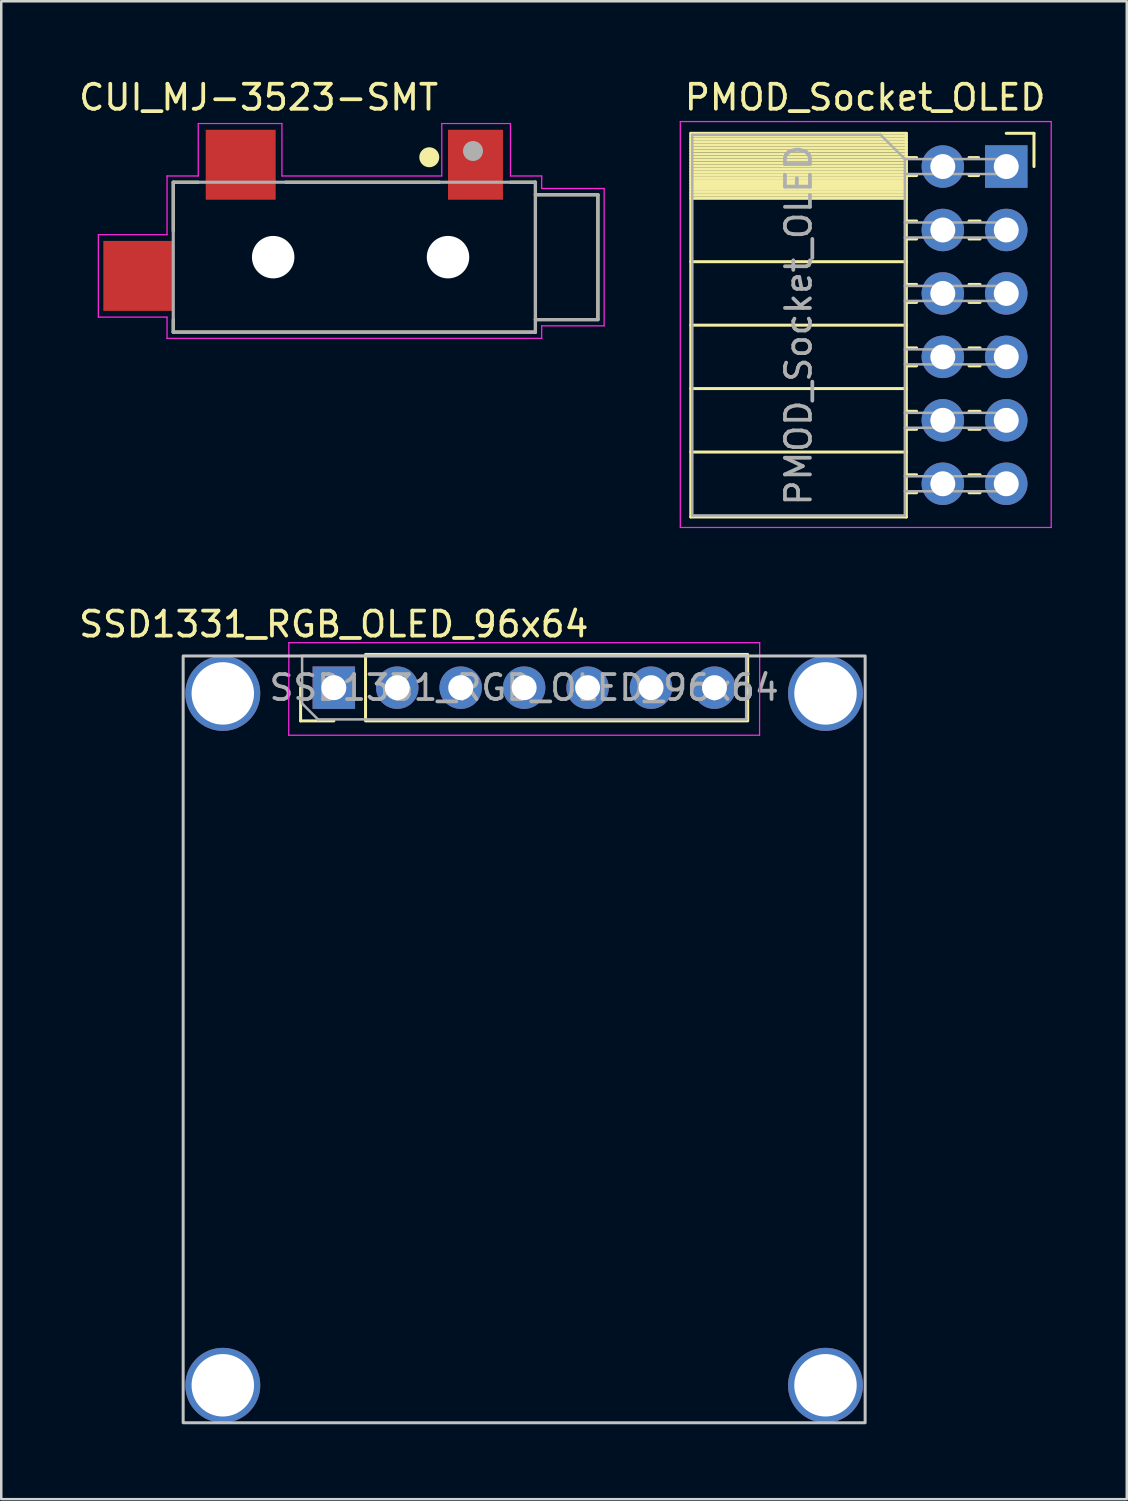
<source format=kicad_pcb>
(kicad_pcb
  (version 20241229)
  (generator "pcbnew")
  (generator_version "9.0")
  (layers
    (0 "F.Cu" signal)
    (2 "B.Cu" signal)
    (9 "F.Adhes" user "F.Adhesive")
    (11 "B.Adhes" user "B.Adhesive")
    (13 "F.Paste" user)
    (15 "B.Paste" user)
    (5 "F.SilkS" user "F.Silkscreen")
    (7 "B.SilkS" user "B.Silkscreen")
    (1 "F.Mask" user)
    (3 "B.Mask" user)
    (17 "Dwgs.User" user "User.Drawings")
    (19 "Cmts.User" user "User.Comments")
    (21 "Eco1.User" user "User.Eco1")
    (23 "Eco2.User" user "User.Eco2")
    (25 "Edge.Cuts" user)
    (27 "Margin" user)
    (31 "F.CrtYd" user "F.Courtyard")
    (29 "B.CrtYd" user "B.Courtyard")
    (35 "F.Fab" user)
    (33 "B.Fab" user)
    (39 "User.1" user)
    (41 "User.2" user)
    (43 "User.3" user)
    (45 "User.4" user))
  (footprint "CUI_MJ-3523-SMT"
    (layer "F.Cu")
    (at 11.137 7.246)
    (property "Reference" "CUI_MJ-3523-SMT" (at -3.832 -6.397 0) (layer "F.SilkS") (effects (font (size 1.002 1.002) (thickness 0.15))))
    (attr through_hole)
    (fp_line (start -7.25 -3) (end -7.25 -1.05) (stroke (width 0.127) (type solid)) (layer "F.SilkS"))
    (fp_line (start -7.25 2.5) (end -7.25 3) (stroke (width 0.127) (type solid)) (layer "F.SilkS"))
    (fp_line (start -7.25 3) (end 7.25 3) (stroke (width 0.127) (type solid)) (layer "F.SilkS"))
    (fp_line (start -6.25 -3) (end -7.25 -3) (stroke (width 0.127) (type solid)) (layer "F.SilkS"))
    (fp_line (start 3.4 -3) (end -2.75 -3) (stroke (width 0.127) (type solid)) (layer "F.SilkS"))
    (fp_line (start 7.25 -3) (end 6.25 -3) (stroke (width 0.127) (type solid)) (layer "F.SilkS"))
    (fp_line (start 7.25 -2.5) (end 7.25 -3) (stroke (width 0.127) (type solid)) (layer "F.SilkS"))
    (fp_line (start 7.25 -2.5) (end 9.75 -2.5) (stroke (width 0.127) (type solid)) (layer "F.SilkS"))
    (fp_line (start 7.25 2.5) (end 7.25 -2.5) (stroke (width 0.127) (type solid)) (layer "F.SilkS"))
    (fp_line (start 7.25 3) (end 7.25 2.5) (stroke (width 0.127) (type solid)) (layer "F.SilkS"))
    (fp_line (start 9.75 -2.5) (end 9.75 2.5) (stroke (width 0.127) (type solid)) (layer "F.SilkS"))
    (fp_line (start 9.75 2.5) (end 7.25 2.5) (stroke (width 0.127) (type solid)) (layer "F.SilkS"))
    (fp_circle (center 3 -4) (end 3.2 -4) (stroke (width 0.4) (type solid)) (fill no) (layer "F.SilkS"))
    (fp_line (start -10.25 -0.9) (end -7.5 -0.9) (stroke (width 0.05) (type solid)) (layer "F.CrtYd"))
    (fp_line (start -10.25 2.4) (end -10.25 -0.9) (stroke (width 0.05) (type solid)) (layer "F.CrtYd"))
    (fp_line (start -7.5 -3.25) (end -6.25 -3.25) (stroke (width 0.05) (type solid)) (layer "F.CrtYd"))
    (fp_line (start -7.5 -0.9) (end -7.5 -3.25) (stroke (width 0.05) (type solid)) (layer "F.CrtYd"))
    (fp_line (start -7.5 2.4) (end -10.25 2.4) (stroke (width 0.05) (type solid)) (layer "F.CrtYd"))
    (fp_line (start -7.5 3.25) (end -7.5 2.4) (stroke (width 0.05) (type solid)) (layer "F.CrtYd"))
    (fp_line (start -6.25 -5.35) (end -2.9 -5.35) (stroke (width 0.05) (type solid)) (layer "F.CrtYd"))
    (fp_line (start -6.25 -3.25) (end -6.25 -5.35) (stroke (width 0.05) (type solid)) (layer "F.CrtYd"))
    (fp_line (start -2.9 -5.35) (end -2.9 -3.25) (stroke (width 0.05) (type solid)) (layer "F.CrtYd"))
    (fp_line (start -2.9 -3.25) (end 3.5 -3.25) (stroke (width 0.05) (type solid)) (layer "F.CrtYd"))
    (fp_line (start 3.5 -5.35) (end 6.25 -5.35) (stroke (width 0.05) (type solid)) (layer "F.CrtYd"))
    (fp_line (start 3.5 -3.25) (end 3.5 -5.35) (stroke (width 0.05) (type solid)) (layer "F.CrtYd"))
    (fp_line (start 6.25 -5.35) (end 6.25 -3.25) (stroke (width 0.05) (type solid)) (layer "F.CrtYd"))
    (fp_line (start 6.25 -3.25) (end 7.5 -3.25) (stroke (width 0.05) (type solid)) (layer "F.CrtYd"))
    (fp_line (start 7.5 -3.25) (end 7.5 -2.75) (stroke (width 0.05) (type solid)) (layer "F.CrtYd"))
    (fp_line (start 7.5 -2.75) (end 10 -2.75) (stroke (width 0.05) (type solid)) (layer "F.CrtYd"))
    (fp_line (start 7.5 2.75) (end 7.5 3.25) (stroke (width 0.05) (type solid)) (layer "F.CrtYd"))
    (fp_line (start 7.5 3.25) (end -7.5 3.25) (stroke (width 0.05) (type solid)) (layer "F.CrtYd"))
    (fp_line (start 10 -2.75) (end 10 2.75) (stroke (width 0.05) (type solid)) (layer "F.CrtYd"))
    (fp_line (start 10 2.75) (end 7.5 2.75) (stroke (width 0.05) (type solid)) (layer "F.CrtYd"))
    (fp_line (start -7.25 -3) (end 7.25 -3) (stroke (width 0.127) (type solid)) (layer "F.Fab"))
    (fp_line (start -7.25 3) (end -7.25 -3) (stroke (width 0.127) (type solid)) (layer "F.Fab"))
    (fp_line (start 7.25 -3) (end 7.25 -2.5) (stroke (width 0.127) (type solid)) (layer "F.Fab"))
    (fp_line (start 7.25 -2.5) (end 7.25 2.5) (stroke (width 0.127) (type solid)) (layer "F.Fab"))
    (fp_line (start 7.25 -2.5) (end 9.75 -2.5) (stroke (width 0.127) (type solid)) (layer "F.Fab"))
    (fp_line (start 7.25 2.5) (end 7.25 3) (stroke (width 0.127) (type solid)) (layer "F.Fab"))
    (fp_line (start 7.25 3) (end -7.25 3) (stroke (width 0.127) (type solid)) (layer "F.Fab"))
    (fp_line (start 9.75 -2.5) (end 9.75 2.5) (stroke (width 0.127) (type solid)) (layer "F.Fab"))
    (fp_line (start 9.75 2.5) (end 7.25 2.5) (stroke (width 0.127) (type solid)) (layer "F.Fab"))
    (fp_circle (center 4.75 -4.25) (end 4.95 -4.25) (stroke (width 0.4) (type solid)) (fill no) (layer "F.Fab"))
    (pad "" np_thru_hole circle (at -3.25 0) (size 1.7 1.7) (drill 1.7) (layers "*.Cu" "*.Mask"))
    (pad "" np_thru_hole circle (at 3.75 0) (size 1.7 1.7) (drill 1.7) (layers "*.Cu" "*.Mask"))
    (pad "1" smd rect (at 4.85 -3.7 90) (size 2.8 2.2) (layers "F.Cu" "F.Mask" "F.Paste"))
    (pad "2" smd rect (at -4.55 -3.7 90) (size 2.8 2.8) (layers "F.Cu" "F.Mask" "F.Paste"))
    (pad "10" smd rect (at -8.65 0.75 90) (size 2.8 2.8) (layers "F.Cu" "F.Mask" "F.Paste")))
  (footprint "SSD1331_RGB_OLED_96x64"
    (layer "F.Cu")
    (at 17.935 24.482)
    (property "Reference" "SSD1331_RGB_OLED_96x64" (at -7.62 -2.54 180) (layer "F.SilkS") (effects (font (size 1 1) (thickness 0.15))))
    (attr through_hole)
    (fp_line (start -8.95 1.33) (end -8.95 0) (stroke (width 0.12) (type solid)) (layer "F.SilkS"))
    (fp_line (start -7.62 1.33) (end -8.95 1.33) (stroke (width 0.12) (type solid)) (layer "F.SilkS"))
    (fp_rect (start -6.35 -1.33) (end 8.95 1.33) (stroke (width 0.12) (type solid)) (fill no) (layer "F.SilkS"))
    (fp_rect (start -13.652 -1.27) (end 13.652 29.43) (stroke (width 0.12) (type solid)) (fill no) (layer "Dwgs.User"))
    (fp_line (start -9.425 1.905) (end 9.425 1.905) (stroke (width 0.05) (type solid)) (layer "F.CrtYd"))
    (fp_line (start -9.42 -1.8) (end -9.425 1.905) (stroke (width 0.05) (type solid)) (layer "F.CrtYd"))
    (fp_line (start 9.425 1.905) (end 9.43 -1.8) (stroke (width 0.05) (type solid)) (layer "F.CrtYd"))
    (fp_line (start 9.43 -1.8) (end -9.42 -1.8) (stroke (width 0.05) (type solid)) (layer "F.CrtYd"))
    (fp_line (start -8.89 -1.27) (end 8.89 -1.27) (stroke (width 0.1) (type solid)) (layer "F.Fab"))
    (fp_line (start -8.89 0.635) (end -8.89 -1.27) (stroke (width 0.1) (type solid)) (layer "F.Fab"))
    (fp_line (start -8.255 1.27) (end -8.89 0.635) (stroke (width 0.1) (type solid)) (layer "F.Fab"))
    (fp_line (start 8.89 -1.27) (end 8.89 1.27) (stroke (width 0.1) (type solid)) (layer "F.Fab"))
    (fp_line (start 8.89 1.27) (end -8.255 1.27) (stroke (width 0.1) (type solid)) (layer "F.Fab"))
    (fp_text user "${REFERENCE}" (at 0 0 180) (layer "F.Fab") (effects (font (size 1 1) (thickness 0.15))))
    (pad "" np_thru_hole circle (at -12.065 0.23) (size 3 3) (drill 2.5) (layers "*.Cu" "*.Mask"))
    (pad "" np_thru_hole circle (at -12.065 27.93) (size 3 3) (drill 2.5) (layers "*.Cu" "*.Mask"))
    (pad "" np_thru_hole circle (at 12.065 0.23) (size 3 3) (drill 2.5) (layers "*.Cu" "*.Mask"))
    (pad "" np_thru_hole circle (at 12.065 27.93) (size 3 3) (drill 2.5) (layers "*.Cu" "*.Mask"))
    (pad "1" thru_hole rect (at -7.62 0 90) (size 1.7 1.7) (drill 1) (layers "*.Cu" "*.Mask"))
    (pad "2" thru_hole oval (at -5.08 0 90) (size 1.7 1.7) (drill 1) (layers "*.Cu" "*.Mask"))
    (pad "3" thru_hole oval (at -2.54 0 90) (size 1.7 1.7) (drill 1) (layers "*.Cu" "*.Mask"))
    (pad "4" thru_hole oval (at 0 0 90) (size 1.7 1.7) (drill 1) (layers "*.Cu" "*.Mask"))
    (pad "5" thru_hole oval (at 2.54 0 90) (size 1.7 1.7) (drill 1) (layers "*.Cu" "*.Mask"))
    (pad "6" thru_hole oval (at 5.08 0 90) (size 1.7 1.7) (drill 1) (layers "*.Cu" "*.Mask"))
    (pad "7" thru_hole oval (at 7.62 0 90) (size 1.7 1.7) (drill 1) (layers "*.Cu" "*.Mask")))
  (footprint "PMOD_Socket_OLED"
    (layer "F.Cu")
    (at 37.237 3.618)
    (property "Reference" "PMOD_Socket_OLED" (at -5.65 -2.77 0) (layer "F.SilkS") (effects (font (size 1 1) (thickness 0.15))))
    (attr through_hole)
    (fp_line (start -12.63 -1.33) (end -12.63 14.03) (stroke (width 0.12) (type solid)) (layer "F.SilkS"))
    (fp_line (start -12.63 -1.33) (end -4 -1.33) (stroke (width 0.12) (type solid)) (layer "F.SilkS"))
    (fp_line (start -12.63 -1.21) (end -4 -1.21) (stroke (width 0.12) (type solid)) (layer "F.SilkS"))
    (fp_line (start -12.63 -1.092) (end -4 -1.092) (stroke (width 0.12) (type solid)) (layer "F.SilkS"))
    (fp_line (start -12.63 -0.974) (end -4 -0.974) (stroke (width 0.12) (type solid)) (layer "F.SilkS"))
    (fp_line (start -12.63 -0.856) (end -4 -0.856) (stroke (width 0.12) (type solid)) (layer "F.SilkS"))
    (fp_line (start -12.63 -0.738) (end -4 -0.738) (stroke (width 0.12) (type solid)) (layer "F.SilkS"))
    (fp_line (start -12.63 -0.62) (end -4 -0.62) (stroke (width 0.12) (type solid)) (layer "F.SilkS"))
    (fp_line (start -12.63 -0.501) (end -4 -0.501) (stroke (width 0.12) (type solid)) (layer "F.SilkS"))
    (fp_line (start -12.63 -0.383) (end -4 -0.383) (stroke (width 0.12) (type solid)) (layer "F.SilkS"))
    (fp_line (start -12.63 -0.265) (end -4 -0.265) (stroke (width 0.12) (type solid)) (layer "F.SilkS"))
    (fp_line (start -12.63 -0.147) (end -4 -0.147) (stroke (width 0.12) (type solid)) (layer "F.SilkS"))
    (fp_line (start -12.63 -0.029) (end -4 -0.029) (stroke (width 0.12) (type solid)) (layer "F.SilkS"))
    (fp_line (start -12.63 0.089) (end -4 0.089) (stroke (width 0.12) (type solid)) (layer "F.SilkS"))
    (fp_line (start -12.63 0.207) (end -4 0.207) (stroke (width 0.12) (type solid)) (layer "F.SilkS"))
    (fp_line (start -12.63 0.325) (end -4 0.325) (stroke (width 0.12) (type solid)) (layer "F.SilkS"))
    (fp_line (start -12.63 0.443) (end -4 0.443) (stroke (width 0.12) (type solid)) (layer "F.SilkS"))
    (fp_line (start -12.63 0.561) (end -4 0.561) (stroke (width 0.12) (type solid)) (layer "F.SilkS"))
    (fp_line (start -12.63 0.68) (end -4 0.68) (stroke (width 0.12) (type solid)) (layer "F.SilkS"))
    (fp_line (start -12.63 0.798) (end -4 0.798) (stroke (width 0.12) (type solid)) (layer "F.SilkS"))
    (fp_line (start -12.63 0.916) (end -4 0.916) (stroke (width 0.12) (type solid)) (layer "F.SilkS"))
    (fp_line (start -12.63 1.034) (end -4 1.034) (stroke (width 0.12) (type solid)) (layer "F.SilkS"))
    (fp_line (start -12.63 1.152) (end -4 1.152) (stroke (width 0.12) (type solid)) (layer "F.SilkS"))
    (fp_line (start -12.63 1.27) (end -4 1.27) (stroke (width 0.12) (type solid)) (layer "F.SilkS"))
    (fp_line (start -12.63 3.81) (end -4 3.81) (stroke (width 0.12) (type solid)) (layer "F.SilkS"))
    (fp_line (start -12.63 6.35) (end -4 6.35) (stroke (width 0.12) (type solid)) (layer "F.SilkS"))
    (fp_line (start -12.63 8.89) (end -4 8.89) (stroke (width 0.12) (type solid)) (layer "F.SilkS"))
    (fp_line (start -12.63 11.43) (end -4 11.43) (stroke (width 0.12) (type solid)) (layer "F.SilkS"))
    (fp_line (start -12.63 14.03) (end -4 14.03) (stroke (width 0.12) (type solid)) (layer "F.SilkS"))
    (fp_line (start -4 -1.33) (end -4 14.03) (stroke (width 0.12) (type solid)) (layer "F.SilkS"))
    (fp_line (start -4 -0.36) (end -3.59 -0.36) (stroke (width 0.12) (type solid)) (layer "F.SilkS"))
    (fp_line (start -4 0.36) (end -3.59 0.36) (stroke (width 0.12) (type solid)) (layer "F.SilkS"))
    (fp_line (start -4 2.18) (end -3.59 2.18) (stroke (width 0.12) (type solid)) (layer "F.SilkS"))
    (fp_line (start -4 2.9) (end -3.59 2.9) (stroke (width 0.12) (type solid)) (layer "F.SilkS"))
    (fp_line (start -4 4.72) (end -3.59 4.72) (stroke (width 0.12) (type solid)) (layer "F.SilkS"))
    (fp_line (start -4 5.44) (end -3.59 5.44) (stroke (width 0.12) (type solid)) (layer "F.SilkS"))
    (fp_line (start -4 7.26) (end -3.59 7.26) (stroke (width 0.12) (type solid)) (layer "F.SilkS"))
    (fp_line (start -4 7.98) (end -3.59 7.98) (stroke (width 0.12) (type solid)) (layer "F.SilkS"))
    (fp_line (start -4 9.8) (end -3.59 9.8) (stroke (width 0.12) (type solid)) (layer "F.SilkS"))
    (fp_line (start -4 10.52) (end -3.59 10.52) (stroke (width 0.12) (type solid)) (layer "F.SilkS"))
    (fp_line (start -4 12.34) (end -3.59 12.34) (stroke (width 0.12) (type solid)) (layer "F.SilkS"))
    (fp_line (start -4 13.06) (end -3.59 13.06) (stroke (width 0.12) (type solid)) (layer "F.SilkS"))
    (fp_line (start -1.49 -0.36) (end -1.11 -0.36) (stroke (width 0.12) (type solid)) (layer "F.SilkS"))
    (fp_line (start -1.49 0.36) (end -1.11 0.36) (stroke (width 0.12) (type solid)) (layer "F.SilkS"))
    (fp_line (start -1.49 2.18) (end -1.05 2.18) (stroke (width 0.12) (type solid)) (layer "F.SilkS"))
    (fp_line (start -1.49 2.9) (end -1.05 2.9) (stroke (width 0.12) (type solid)) (layer "F.SilkS"))
    (fp_line (start -1.49 4.72) (end -1.05 4.72) (stroke (width 0.12) (type solid)) (layer "F.SilkS"))
    (fp_line (start -1.49 5.44) (end -1.05 5.44) (stroke (width 0.12) (type solid)) (layer "F.SilkS"))
    (fp_line (start -1.49 7.26) (end -1.05 7.26) (stroke (width 0.12) (type solid)) (layer "F.SilkS"))
    (fp_line (start -1.49 7.98) (end -1.05 7.98) (stroke (width 0.12) (type solid)) (layer "F.SilkS"))
    (fp_line (start -1.49 9.8) (end -1.05 9.8) (stroke (width 0.12) (type solid)) (layer "F.SilkS"))
    (fp_line (start -1.49 10.52) (end -1.05 10.52) (stroke (width 0.12) (type solid)) (layer "F.SilkS"))
    (fp_line (start -1.49 12.34) (end -1.05 12.34) (stroke (width 0.12) (type solid)) (layer "F.SilkS"))
    (fp_line (start -1.49 13.06) (end -1.05 13.06) (stroke (width 0.12) (type solid)) (layer "F.SilkS"))
    (fp_line (start 0 -1.33) (end 1.11 -1.33) (stroke (width 0.12) (type solid)) (layer "F.SilkS"))
    (fp_line (start 1.11 -1.33) (end 1.11 0) (stroke (width 0.12) (type solid)) (layer "F.SilkS"))
    (fp_line (start -13.05 -1.8) (end -13.05 14.45) (stroke (width 0.05) (type solid)) (layer "F.CrtYd"))
    (fp_line (start -13.05 14.45) (end 1.8 14.45) (stroke (width 0.05) (type solid)) (layer "F.CrtYd"))
    (fp_line (start 1.8 -1.8) (end -13.05 -1.8) (stroke (width 0.05) (type solid)) (layer "F.CrtYd"))
    (fp_line (start 1.8 14.45) (end 1.8 -1.8) (stroke (width 0.05) (type solid)) (layer "F.CrtYd"))
    (fp_line (start -12.57 -1.27) (end -5.03 -1.27) (stroke (width 0.1) (type solid)) (layer "F.Fab"))
    (fp_line (start -12.57 13.97) (end -12.57 -1.27) (stroke (width 0.1) (type solid)) (layer "F.Fab"))
    (fp_line (start -5.03 -1.27) (end -4.06 -0.3) (stroke (width 0.1) (type solid)) (layer "F.Fab"))
    (fp_line (start -4.06 -0.3) (end -4.06 13.97) (stroke (width 0.1) (type solid)) (layer "F.Fab"))
    (fp_line (start -4.06 0.3) (end 0 0.3) (stroke (width 0.1) (type solid)) (layer "F.Fab"))
    (fp_line (start -4.06 2.84) (end 0 2.84) (stroke (width 0.1) (type solid)) (layer "F.Fab"))
    (fp_line (start -4.06 5.38) (end 0 5.38) (stroke (width 0.1) (type solid)) (layer "F.Fab"))
    (fp_line (start -4.06 7.92) (end 0 7.92) (stroke (width 0.1) (type solid)) (layer "F.Fab"))
    (fp_line (start -4.06 10.46) (end 0 10.46) (stroke (width 0.1) (type solid)) (layer "F.Fab"))
    (fp_line (start -4.06 13) (end 0 13) (stroke (width 0.1) (type solid)) (layer "F.Fab"))
    (fp_line (start -4.06 13.97) (end -12.57 13.97) (stroke (width 0.1) (type solid)) (layer "F.Fab"))
    (fp_line (start 0 -0.3) (end -4.06 -0.3) (stroke (width 0.1) (type solid)) (layer "F.Fab"))
    (fp_line (start 0 0.3) (end 0 -0.3) (stroke (width 0.1) (type solid)) (layer "F.Fab"))
    (fp_line (start 0 2.24) (end -4.06 2.24) (stroke (width 0.1) (type solid)) (layer "F.Fab"))
    (fp_line (start 0 2.84) (end 0 2.24) (stroke (width 0.1) (type solid)) (layer "F.Fab"))
    (fp_line (start 0 4.78) (end -4.06 4.78) (stroke (width 0.1) (type solid)) (layer "F.Fab"))
    (fp_line (start 0 5.38) (end 0 4.78) (stroke (width 0.1) (type solid)) (layer "F.Fab"))
    (fp_line (start 0 7.32) (end -4.06 7.32) (stroke (width 0.1) (type solid)) (layer "F.Fab"))
    (fp_line (start 0 7.92) (end 0 7.32) (stroke (width 0.1) (type solid)) (layer "F.Fab"))
    (fp_line (start 0 9.86) (end -4.06 9.86) (stroke (width 0.1) (type solid)) (layer "F.Fab"))
    (fp_line (start 0 10.46) (end 0 9.86) (stroke (width 0.1) (type solid)) (layer "F.Fab"))
    (fp_line (start 0 12.4) (end -4.06 12.4) (stroke (width 0.1) (type solid)) (layer "F.Fab"))
    (fp_line (start 0 13) (end 0 12.4) (stroke (width 0.1) (type solid)) (layer "F.Fab"))
    (fp_text user "${REFERENCE}" (at -8.315 6.35 90) (layer "F.Fab") (effects (font (size 1 1) (thickness 0.15))))
    (pad "1" thru_hole rect (at 0 0) (size 1.7 1.7) (drill 1) (layers "*.Cu" "*.Mask"))
    (pad "2" thru_hole oval (at -2.54 0) (size 1.7 1.7) (drill 1) (layers "*.Cu" "*.Mask"))
    (pad "3" thru_hole oval (at 0 2.54) (size 1.7 1.7) (drill 1) (layers "*.Cu" "*.Mask"))
    (pad "4" thru_hole oval (at -2.54 2.54) (size 1.7 1.7) (drill 1) (layers "*.Cu" "*.Mask"))
    (pad "5" thru_hole oval (at 0 5.08) (size 1.7 1.7) (drill 1) (layers "*.Cu" "*.Mask"))
    (pad "6" thru_hole oval (at -2.54 5.08) (size 1.7 1.7) (drill 1) (layers "*.Cu" "*.Mask"))
    (pad "7" thru_hole oval (at 0 7.62) (size 1.7 1.7) (drill 1) (layers "*.Cu" "*.Mask"))
    (pad "8" thru_hole oval (at -2.54 7.62) (size 1.7 1.7) (drill 1) (layers "*.Cu" "*.Mask"))
    (pad "9" thru_hole oval (at 0 10.16) (size 1.7 1.7) (drill 1) (layers "*.Cu" "*.Mask"))
    (pad "10" thru_hole oval (at -2.54 10.16) (size 1.7 1.7) (drill 1) (layers "*.Cu" "*.Mask"))
    (pad "11" thru_hole oval (at 0 12.7) (size 1.7 1.7) (drill 1) (layers "*.Cu" "*.Mask"))
    (pad "12" thru_hole oval (at -2.54 12.7) (size 1.7 1.7) (drill 1) (layers "*.Cu" "*.Mask")))
  (gr_rect
    (start -3 -3)
    (end 42.062 56.971)
    (stroke (width 0.1) (type default))
    (fill no)
    (layer "Edge.Cuts")))
</source>
